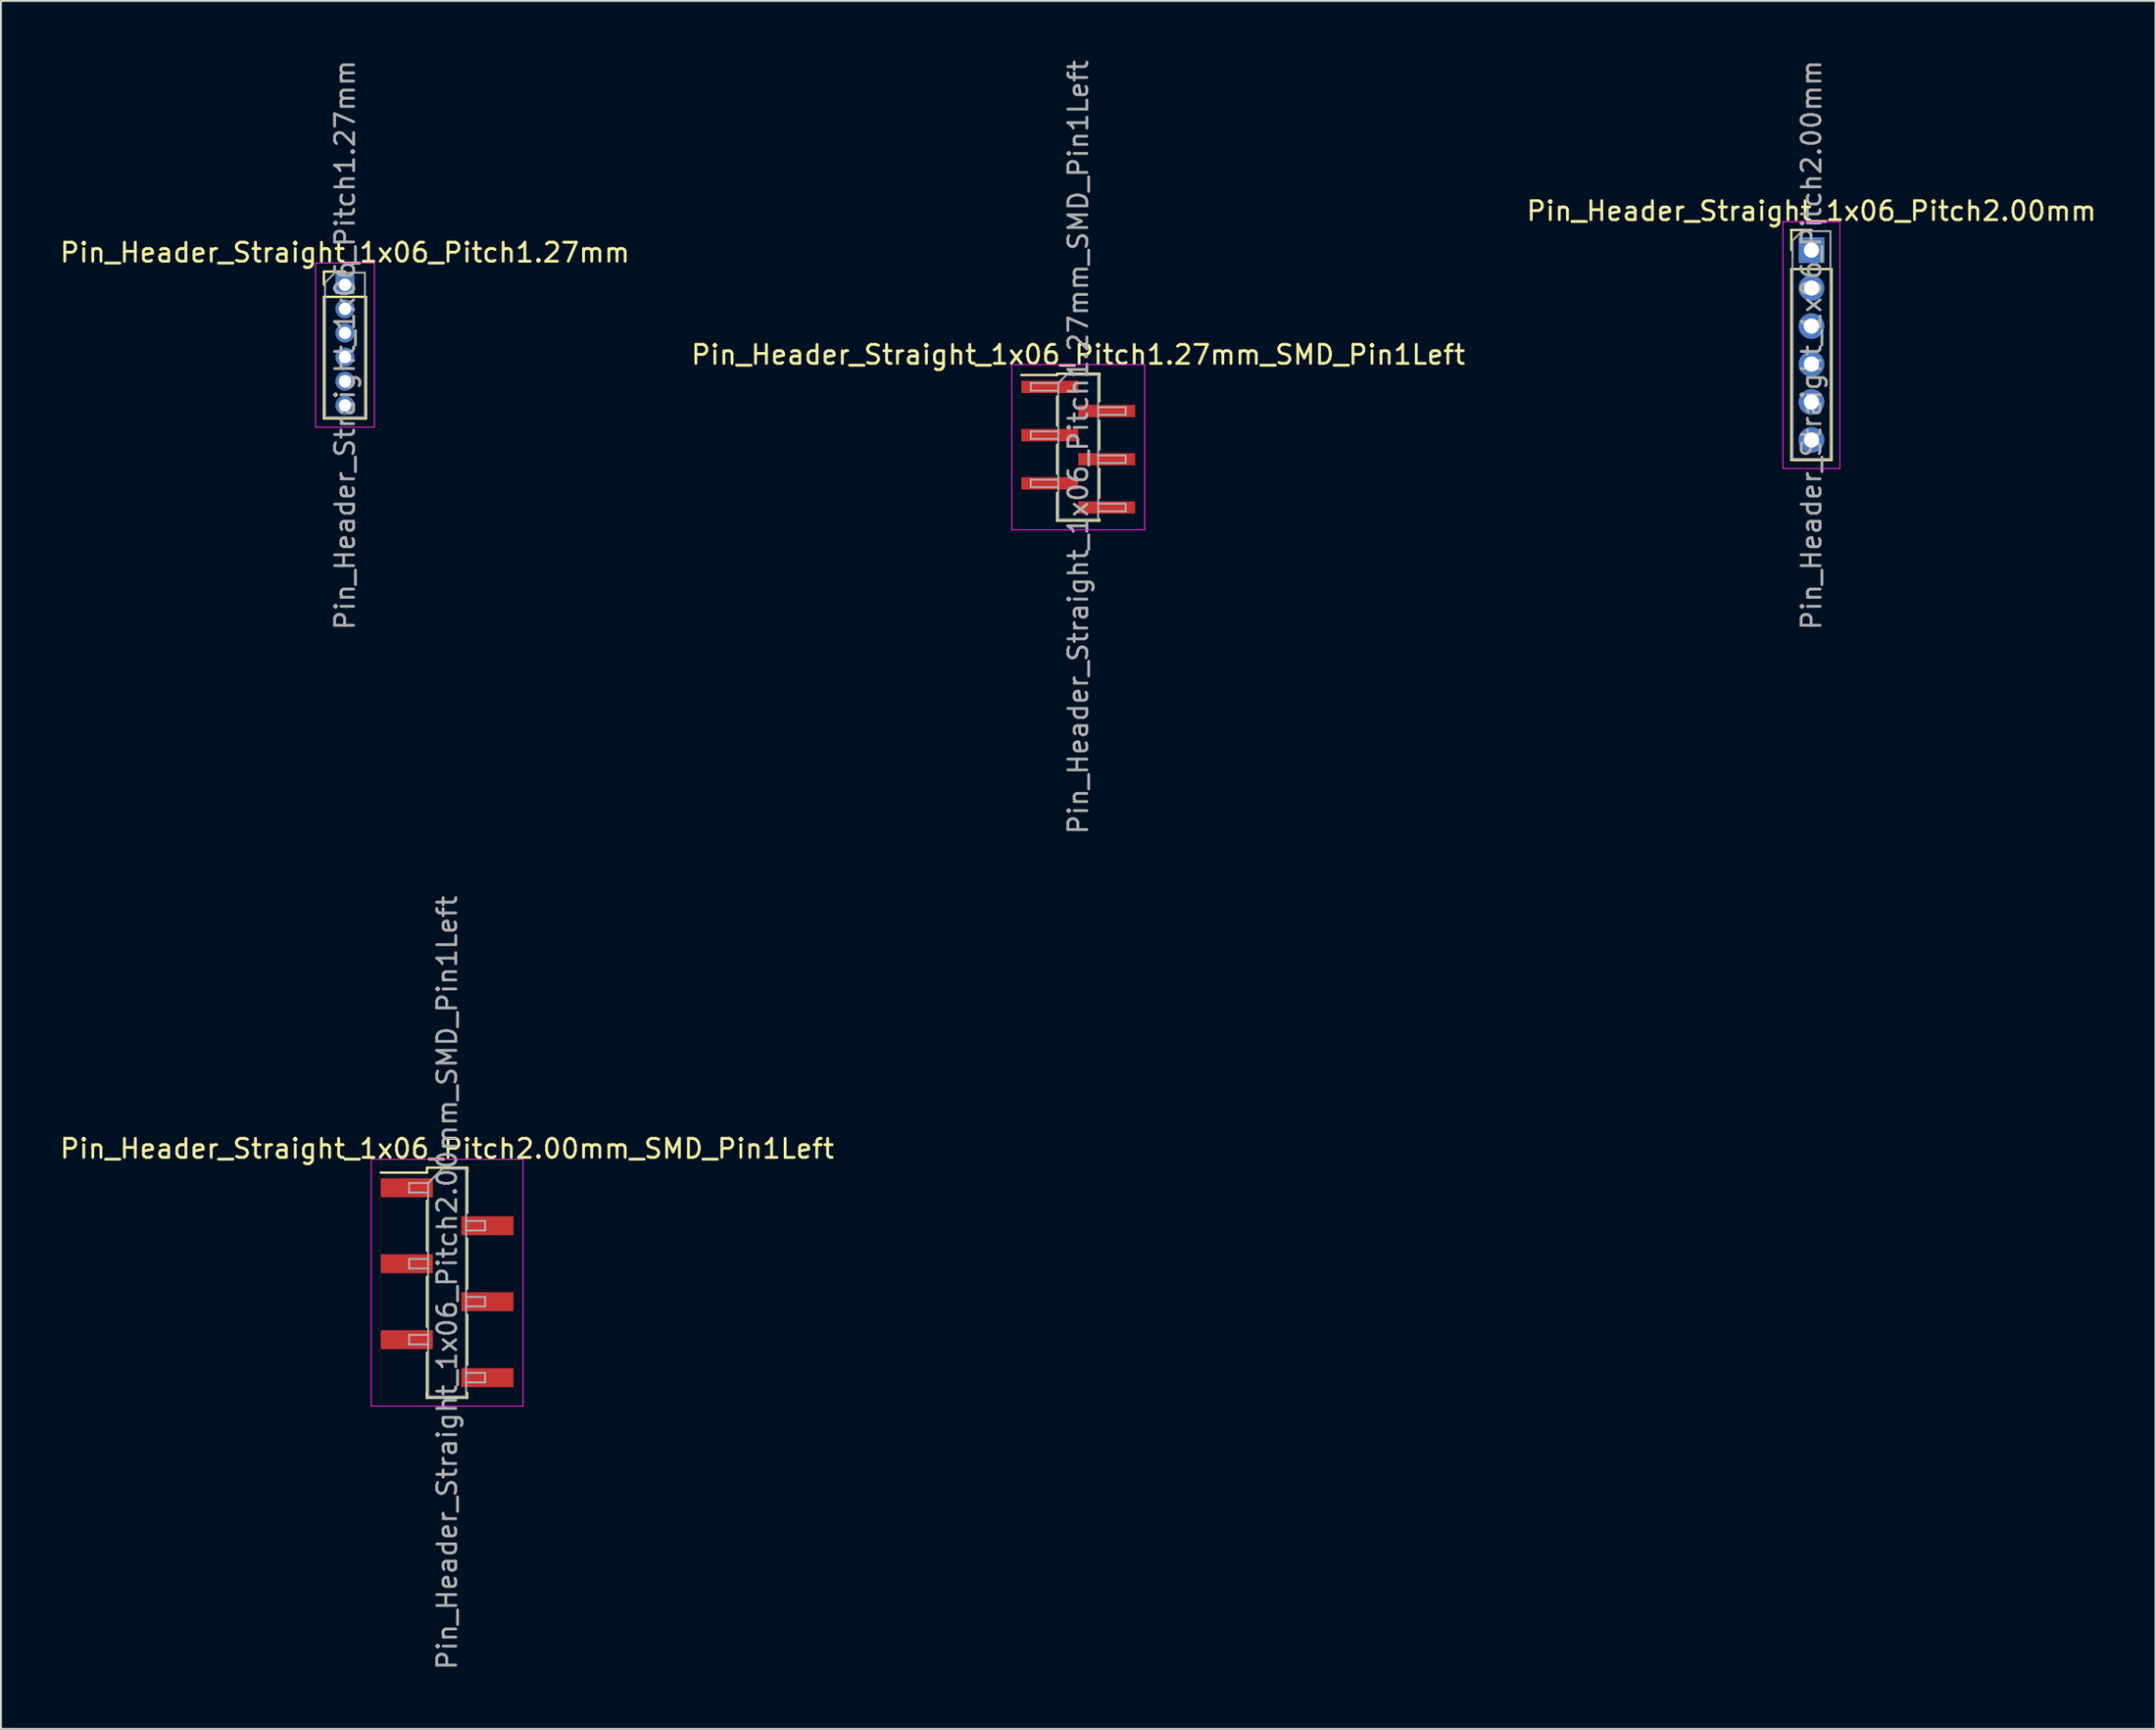
<source format=kicad_pcb>
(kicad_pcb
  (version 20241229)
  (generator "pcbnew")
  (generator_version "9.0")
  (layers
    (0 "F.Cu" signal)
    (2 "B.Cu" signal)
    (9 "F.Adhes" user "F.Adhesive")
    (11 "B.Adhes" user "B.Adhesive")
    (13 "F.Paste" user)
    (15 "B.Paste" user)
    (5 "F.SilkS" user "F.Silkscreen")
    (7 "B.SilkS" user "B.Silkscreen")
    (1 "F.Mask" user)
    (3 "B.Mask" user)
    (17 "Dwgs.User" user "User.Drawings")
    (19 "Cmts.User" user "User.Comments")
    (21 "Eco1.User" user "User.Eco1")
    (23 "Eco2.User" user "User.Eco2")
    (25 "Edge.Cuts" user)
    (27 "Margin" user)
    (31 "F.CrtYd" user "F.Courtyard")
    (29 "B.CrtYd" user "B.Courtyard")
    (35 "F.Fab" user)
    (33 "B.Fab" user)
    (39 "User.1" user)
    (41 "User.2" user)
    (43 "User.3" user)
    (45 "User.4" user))
  (footprint "Pin_Header_Straight_1x06_Pitch2.00mm_SMD_Pin1Left"
    (layer "F.Cu")
    (at 20.506 64.518)
    (property "Reference" "Pin_Header_Straight_1x06_Pitch2.00mm_SMD_Pin1Left" (at 0 -7.06 0) (layer "F.SilkS") (effects (font (size 1 1) (thickness 0.15))))
    (attr smd)
    (fp_line (start -1.06 -6.06) (end 1.06 -6.06) (stroke (width 0.12) (type solid)) (layer "F.SilkS"))
    (fp_line (start -1.06 -5.8) (end -3.5 -5.8) (stroke (width 0.12) (type solid)) (layer "F.SilkS"))
    (fp_line (start -1.06 -5.8) (end -1.06 -6.06) (stroke (width 0.12) (type solid)) (layer "F.SilkS"))
    (fp_line (start -1.06 -4.32) (end -1.06 -1.68) (stroke (width 0.12) (type solid)) (layer "F.SilkS"))
    (fp_line (start -1.06 -0.32) (end -1.06 2.32) (stroke (width 0.12) (type solid)) (layer "F.SilkS"))
    (fp_line (start -1.06 3.68) (end -1.06 6.06) (stroke (width 0.12) (type solid)) (layer "F.SilkS"))
    (fp_line (start -1.06 5.8) (end -1.06 6.06) (stroke (width 0.12) (type solid)) (layer "F.SilkS"))
    (fp_line (start -1.06 6.06) (end 1.06 6.06) (stroke (width 0.12) (type solid)) (layer "F.SilkS"))
    (fp_line (start 1.06 -6.06) (end 1.06 -5.8) (stroke (width 0.12) (type solid)) (layer "F.SilkS"))
    (fp_line (start 1.06 -6.06) (end 1.06 -3.68) (stroke (width 0.12) (type solid)) (layer "F.SilkS"))
    (fp_line (start 1.06 -2.32) (end 1.06 0.32) (stroke (width 0.12) (type solid)) (layer "F.SilkS"))
    (fp_line (start 1.06 1.68) (end 1.06 4.32) (stroke (width 0.12) (type solid)) (layer "F.SilkS"))
    (fp_line (start 1.06 6.06) (end 1.06 5.8) (stroke (width 0.12) (type solid)) (layer "F.SilkS"))
    (fp_line (start -4 -6.5) (end -4 6.5) (stroke (width 0.05) (type solid)) (layer "F.CrtYd"))
    (fp_line (start -4 6.5) (end 4 6.5) (stroke (width 0.05) (type solid)) (layer "F.CrtYd"))
    (fp_line (start 4 -6.5) (end -4 -6.5) (stroke (width 0.05) (type solid)) (layer "F.CrtYd"))
    (fp_line (start 4 6.5) (end 4 -6.5) (stroke (width 0.05) (type solid)) (layer "F.CrtYd"))
    (fp_line (start -2 -5.25) (end -2 -4.75) (stroke (width 0.1) (type solid)) (layer "F.Fab"))
    (fp_line (start -2 -4.75) (end -1 -4.75) (stroke (width 0.1) (type solid)) (layer "F.Fab"))
    (fp_line (start -2 -1.25) (end -2 -0.75) (stroke (width 0.1) (type solid)) (layer "F.Fab"))
    (fp_line (start -2 -0.75) (end -1 -0.75) (stroke (width 0.1) (type solid)) (layer "F.Fab"))
    (fp_line (start -2 2.75) (end -2 3.25) (stroke (width 0.1) (type solid)) (layer "F.Fab"))
    (fp_line (start -2 3.25) (end -1 3.25) (stroke (width 0.1) (type solid)) (layer "F.Fab"))
    (fp_line (start -1 -5.25) (end -2 -5.25) (stroke (width 0.1) (type solid)) (layer "F.Fab"))
    (fp_line (start -1 -5.25) (end -0.25 -6) (stroke (width 0.1) (type solid)) (layer "F.Fab"))
    (fp_line (start -1 -1.25) (end -2 -1.25) (stroke (width 0.1) (type solid)) (layer "F.Fab"))
    (fp_line (start -1 2.75) (end -2 2.75) (stroke (width 0.1) (type solid)) (layer "F.Fab"))
    (fp_line (start -1 6) (end -1 -5.25) (stroke (width 0.1) (type solid)) (layer "F.Fab"))
    (fp_line (start -0.25 -6) (end 1 -6) (stroke (width 0.1) (type solid)) (layer "F.Fab"))
    (fp_line (start 1 -6) (end 1 6) (stroke (width 0.1) (type solid)) (layer "F.Fab"))
    (fp_line (start 1 -3.25) (end 2 -3.25) (stroke (width 0.1) (type solid)) (layer "F.Fab"))
    (fp_line (start 1 0.75) (end 2 0.75) (stroke (width 0.1) (type solid)) (layer "F.Fab"))
    (fp_line (start 1 4.75) (end 2 4.75) (stroke (width 0.1) (type solid)) (layer "F.Fab"))
    (fp_line (start 1 6) (end -1 6) (stroke (width 0.1) (type solid)) (layer "F.Fab"))
    (fp_line (start 2 -3.25) (end 2 -2.75) (stroke (width 0.1) (type solid)) (layer "F.Fab"))
    (fp_line (start 2 -2.75) (end 1 -2.75) (stroke (width 0.1) (type solid)) (layer "F.Fab"))
    (fp_line (start 2 0.75) (end 2 1.25) (stroke (width 0.1) (type solid)) (layer "F.Fab"))
    (fp_line (start 2 1.25) (end 1 1.25) (stroke (width 0.1) (type solid)) (layer "F.Fab"))
    (fp_line (start 2 4.75) (end 2 5.25) (stroke (width 0.1) (type solid)) (layer "F.Fab"))
    (fp_line (start 2 5.25) (end 1 5.25) (stroke (width 0.1) (type solid)) (layer "F.Fab"))
    (fp_text user "${REFERENCE}" (at 0 0 90) (layer "F.Fab") (effects (font (size 1 1) (thickness 0.15))))
    (pad "1" smd rect (at -2.125 -5) (size 2.75 1) (layers "F.Cu" "F.Mask" "F.Paste"))
    (pad "2" smd rect (at 2.125 -3) (size 2.75 1) (layers "F.Cu" "F.Mask" "F.Paste"))
    (pad "3" smd rect (at -2.125 -1) (size 2.75 1) (layers "F.Cu" "F.Mask" "F.Paste"))
    (pad "4" smd rect (at 2.125 1) (size 2.75 1) (layers "F.Cu" "F.Mask" "F.Paste"))
    (pad "5" smd rect (at -2.125 3) (size 2.75 1) (layers "F.Cu" "F.Mask" "F.Paste"))
    (pad "6" smd rect (at 2.125 5) (size 2.75 1) (layers "F.Cu" "F.Mask" "F.Paste")))
  (footprint "Pin_Header_Straight_1x06_Pitch2.00mm"
    (layer "F.Cu")
    (at 92.387 10.125)
    (property "Reference" "Pin_Header_Straight_1x06_Pitch2.00mm" (at 0 -2.06 0) (layer "F.SilkS") (effects (font (size 1 1) (thickness 0.15))))
    (attr through_hole)
    (fp_line (start -1.06 -1.06) (end 0 -1.06) (stroke (width 0.12) (type solid)) (layer "F.SilkS"))
    (fp_line (start -1.06 0) (end -1.06 -1.06) (stroke (width 0.12) (type solid)) (layer "F.SilkS"))
    (fp_line (start -1.06 1) (end -1.06 11.06) (stroke (width 0.12) (type solid)) (layer "F.SilkS"))
    (fp_line (start -1.06 11.06) (end 1.06 11.06) (stroke (width 0.12) (type solid)) (layer "F.SilkS"))
    (fp_line (start 1.06 1) (end -1.06 1) (stroke (width 0.12) (type solid)) (layer "F.SilkS"))
    (fp_line (start 1.06 11.06) (end 1.06 1) (stroke (width 0.12) (type solid)) (layer "F.SilkS"))
    (fp_line (start -1.5 -1.5) (end -1.5 11.5) (stroke (width 0.05) (type solid)) (layer "F.CrtYd"))
    (fp_line (start -1.5 11.5) (end 1.5 11.5) (stroke (width 0.05) (type solid)) (layer "F.CrtYd"))
    (fp_line (start 1.5 -1.5) (end -1.5 -1.5) (stroke (width 0.05) (type solid)) (layer "F.CrtYd"))
    (fp_line (start 1.5 11.5) (end 1.5 -1.5) (stroke (width 0.05) (type solid)) (layer "F.CrtYd"))
    (fp_line (start -1 -0.5) (end -0.5 -1) (stroke (width 0.1) (type solid)) (layer "F.Fab"))
    (fp_line (start -1 11) (end -1 -0.5) (stroke (width 0.1) (type solid)) (layer "F.Fab"))
    (fp_line (start -0.5 -1) (end 1 -1) (stroke (width 0.1) (type solid)) (layer "F.Fab"))
    (fp_line (start 1 -1) (end 1 11) (stroke (width 0.1) (type solid)) (layer "F.Fab"))
    (fp_line (start 1 11) (end -1 11) (stroke (width 0.1) (type solid)) (layer "F.Fab"))
    (fp_text user "${REFERENCE}" (at 0 5 90) (layer "F.Fab") (effects (font (size 1 1) (thickness 0.15))))
    (pad "1" thru_hole rect (at 0 0) (size 1.35 1.35) (drill 0.8) (layers "*.Cu" "*.Mask"))
    (pad "2" thru_hole oval (at 0 2) (size 1.35 1.35) (drill 0.8) (layers "*.Cu" "*.Mask"))
    (pad "3" thru_hole oval (at 0 4) (size 1.35 1.35) (drill 0.8) (layers "*.Cu" "*.Mask"))
    (pad "4" thru_hole oval (at 0 6) (size 1.35 1.35) (drill 0.8) (layers "*.Cu" "*.Mask"))
    (pad "5" thru_hole oval (at 0 8) (size 1.35 1.35) (drill 0.8) (layers "*.Cu" "*.Mask"))
    (pad "6" thru_hole oval (at 0 10) (size 1.35 1.35) (drill 0.8) (layers "*.Cu" "*.Mask")))
  (footprint "Pin_Header_Straight_1x06_Pitch1.27mm_SMD_Pin1Left"
    (layer "F.Cu")
    (at 53.756 20.506)
    (property "Reference" "Pin_Header_Straight_1x06_Pitch1.27mm_SMD_Pin1Left" (at 0 -4.87 0) (layer "F.SilkS") (effects (font (size 1 1) (thickness 0.15))))
    (attr smd)
    (fp_line (start -1.11 -3.87) (end 1.11 -3.87) (stroke (width 0.12) (type solid)) (layer "F.SilkS"))
    (fp_line (start -1.11 -3.8) (end -3 -3.8) (stroke (width 0.12) (type solid)) (layer "F.SilkS"))
    (fp_line (start -1.11 -3.8) (end -1.11 -3.87) (stroke (width 0.12) (type solid)) (layer "F.SilkS"))
    (fp_line (start -1.11 -2.67) (end -1.11 -1.14) (stroke (width 0.12) (type solid)) (layer "F.SilkS"))
    (fp_line (start -1.11 -0.13) (end -1.11 1.4) (stroke (width 0.12) (type solid)) (layer "F.SilkS"))
    (fp_line (start -1.11 2.41) (end -1.11 3.87) (stroke (width 0.12) (type solid)) (layer "F.SilkS"))
    (fp_line (start -1.11 3.8) (end -1.11 3.87) (stroke (width 0.12) (type solid)) (layer "F.SilkS"))
    (fp_line (start -1.11 3.87) (end 1.11 3.87) (stroke (width 0.12) (type solid)) (layer "F.SilkS"))
    (fp_line (start 1.11 -3.87) (end 1.11 -3.8) (stroke (width 0.12) (type solid)) (layer "F.SilkS"))
    (fp_line (start 1.11 -3.87) (end 1.11 -2.41) (stroke (width 0.12) (type solid)) (layer "F.SilkS"))
    (fp_line (start 1.11 -1.4) (end 1.11 0.13) (stroke (width 0.12) (type solid)) (layer "F.SilkS"))
    (fp_line (start 1.11 1.14) (end 1.11 2.67) (stroke (width 0.12) (type solid)) (layer "F.SilkS"))
    (fp_line (start 1.11 3.87) (end 1.11 3.8) (stroke (width 0.12) (type solid)) (layer "F.SilkS"))
    (fp_line (start -3.5 -4.35) (end -3.5 4.35) (stroke (width 0.05) (type solid)) (layer "F.CrtYd"))
    (fp_line (start -3.5 4.35) (end 3.5 4.35) (stroke (width 0.05) (type solid)) (layer "F.CrtYd"))
    (fp_line (start 3.5 -4.35) (end -3.5 -4.35) (stroke (width 0.05) (type solid)) (layer "F.CrtYd"))
    (fp_line (start 3.5 4.35) (end 3.5 -4.35) (stroke (width 0.05) (type solid)) (layer "F.CrtYd"))
    (fp_line (start -2.5 -3.375) (end -2.5 -2.975) (stroke (width 0.1) (type solid)) (layer "F.Fab"))
    (fp_line (start -2.5 -2.975) (end -1.05 -2.975) (stroke (width 0.1) (type solid)) (layer "F.Fab"))
    (fp_line (start -2.5 -0.835) (end -2.5 -0.435) (stroke (width 0.1) (type solid)) (layer "F.Fab"))
    (fp_line (start -2.5 -0.435) (end -1.05 -0.435) (stroke (width 0.1) (type solid)) (layer "F.Fab"))
    (fp_line (start -2.5 1.705) (end -2.5 2.105) (stroke (width 0.1) (type solid)) (layer "F.Fab"))
    (fp_line (start -2.5 2.105) (end -1.05 2.105) (stroke (width 0.1) (type solid)) (layer "F.Fab"))
    (fp_line (start -1.05 -3.375) (end -2.5 -3.375) (stroke (width 0.1) (type solid)) (layer "F.Fab"))
    (fp_line (start -1.05 -3.375) (end -0.615 -3.81) (stroke (width 0.1) (type solid)) (layer "F.Fab"))
    (fp_line (start -1.05 -0.835) (end -2.5 -0.835) (stroke (width 0.1) (type solid)) (layer "F.Fab"))
    (fp_line (start -1.05 1.705) (end -2.5 1.705) (stroke (width 0.1) (type solid)) (layer "F.Fab"))
    (fp_line (start -1.05 3.81) (end -1.05 -3.375) (stroke (width 0.1) (type solid)) (layer "F.Fab"))
    (fp_line (start -0.615 -3.81) (end 1.05 -3.81) (stroke (width 0.1) (type solid)) (layer "F.Fab"))
    (fp_line (start 1.05 -3.81) (end 1.05 3.81) (stroke (width 0.1) (type solid)) (layer "F.Fab"))
    (fp_line (start 1.05 -2.105) (end 2.5 -2.105) (stroke (width 0.1) (type solid)) (layer "F.Fab"))
    (fp_line (start 1.05 0.435) (end 2.5 0.435) (stroke (width 0.1) (type solid)) (layer "F.Fab"))
    (fp_line (start 1.05 2.975) (end 2.5 2.975) (stroke (width 0.1) (type solid)) (layer "F.Fab"))
    (fp_line (start 1.05 3.81) (end -1.05 3.81) (stroke (width 0.1) (type solid)) (layer "F.Fab"))
    (fp_line (start 2.5 -2.105) (end 2.5 -1.705) (stroke (width 0.1) (type solid)) (layer "F.Fab"))
    (fp_line (start 2.5 -1.705) (end 1.05 -1.705) (stroke (width 0.1) (type solid)) (layer "F.Fab"))
    (fp_line (start 2.5 0.435) (end 2.5 0.835) (stroke (width 0.1) (type solid)) (layer "F.Fab"))
    (fp_line (start 2.5 0.835) (end 1.05 0.835) (stroke (width 0.1) (type solid)) (layer "F.Fab"))
    (fp_line (start 2.5 2.975) (end 2.5 3.375) (stroke (width 0.1) (type solid)) (layer "F.Fab"))
    (fp_line (start 2.5 3.375) (end 1.05 3.375) (stroke (width 0.1) (type solid)) (layer "F.Fab"))
    (fp_text user "${REFERENCE}" (at 0 0 90) (layer "F.Fab") (effects (font (size 1 1) (thickness 0.15))))
    (pad "1" smd rect (at -1.5 -3.175) (size 3 0.65) (layers "F.Cu" "F.Mask" "F.Paste"))
    (pad "2" smd rect (at 1.5 -1.905) (size 3 0.65) (layers "F.Cu" "F.Mask" "F.Paste"))
    (pad "3" smd rect (at -1.5 -0.635) (size 3 0.65) (layers "F.Cu" "F.Mask" "F.Paste"))
    (pad "4" smd rect (at 1.5 0.635) (size 3 0.65) (layers "F.Cu" "F.Mask" "F.Paste"))
    (pad "5" smd rect (at -1.5 1.905) (size 3 0.65) (layers "F.Cu" "F.Mask" "F.Paste"))
    (pad "6" smd rect (at 1.5 3.175) (size 3 0.65) (layers "F.Cu" "F.Mask" "F.Paste")))
  (footprint "Pin_Header_Straight_1x06_Pitch1.27mm"
    (layer "F.Cu")
    (at 15.125 11.95)
    (property "Reference" "Pin_Header_Straight_1x06_Pitch1.27mm" (at 0 -1.695 0) (layer "F.SilkS") (effects (font (size 1 1) (thickness 0.15))))
    (attr through_hole)
    (fp_line (start -1.11 -0.695) (end 0 -0.695) (stroke (width 0.12) (type solid)) (layer "F.SilkS"))
    (fp_line (start -1.11 0) (end -1.11 -0.695) (stroke (width 0.12) (type solid)) (layer "F.SilkS"))
    (fp_line (start -1.11 0.635) (end -1.11 7.045) (stroke (width 0.12) (type solid)) (layer "F.SilkS"))
    (fp_line (start -1.11 7.045) (end 1.11 7.045) (stroke (width 0.12) (type solid)) (layer "F.SilkS"))
    (fp_line (start 1.11 0.635) (end -1.11 0.635) (stroke (width 0.12) (type solid)) (layer "F.SilkS"))
    (fp_line (start 1.11 7.045) (end 1.11 0.635) (stroke (width 0.12) (type solid)) (layer "F.SilkS"))
    (fp_line (start -1.55 -1.15) (end -1.55 7.5) (stroke (width 0.05) (type solid)) (layer "F.CrtYd"))
    (fp_line (start -1.55 7.5) (end 1.55 7.5) (stroke (width 0.05) (type solid)) (layer "F.CrtYd"))
    (fp_line (start 1.55 -1.15) (end -1.55 -1.15) (stroke (width 0.05) (type solid)) (layer "F.CrtYd"))
    (fp_line (start 1.55 7.5) (end 1.55 -1.15) (stroke (width 0.05) (type solid)) (layer "F.CrtYd"))
    (fp_line (start -1.05 -0.11) (end -0.525 -0.635) (stroke (width 0.1) (type solid)) (layer "F.Fab"))
    (fp_line (start -1.05 6.985) (end -1.05 -0.11) (stroke (width 0.1) (type solid)) (layer "F.Fab"))
    (fp_line (start -0.525 -0.635) (end 1.05 -0.635) (stroke (width 0.1) (type solid)) (layer "F.Fab"))
    (fp_line (start 1.05 -0.635) (end 1.05 6.985) (stroke (width 0.1) (type solid)) (layer "F.Fab"))
    (fp_line (start 1.05 6.985) (end -1.05 6.985) (stroke (width 0.1) (type solid)) (layer "F.Fab"))
    (fp_text user "${REFERENCE}" (at 0 3.175 90) (layer "F.Fab") (effects (font (size 1 1) (thickness 0.15))))
    (pad "1" thru_hole rect (at 0 0) (size 1 1) (drill 0.65) (layers "*.Cu" "*.Mask"))
    (pad "2" thru_hole oval (at 0 1.27) (size 1 1) (drill 0.65) (layers "*.Cu" "*.Mask"))
    (pad "3" thru_hole oval (at 0 2.54) (size 1 1) (drill 0.65) (layers "*.Cu" "*.Mask"))
    (pad "4" thru_hole oval (at 0 3.81) (size 1 1) (drill 0.65) (layers "*.Cu" "*.Mask"))
    (pad "5" thru_hole oval (at 0 5.08) (size 1 1) (drill 0.65) (layers "*.Cu" "*.Mask"))
    (pad "6" thru_hole oval (at 0 6.35) (size 1 1) (drill 0.65) (layers "*.Cu" "*.Mask")))
  (gr_rect
    (start -3 -3)
    (end 110.512 88.024)
    (stroke (width 0.1) (type default))
    (fill no)
    (layer "Edge.Cuts")))
</source>
